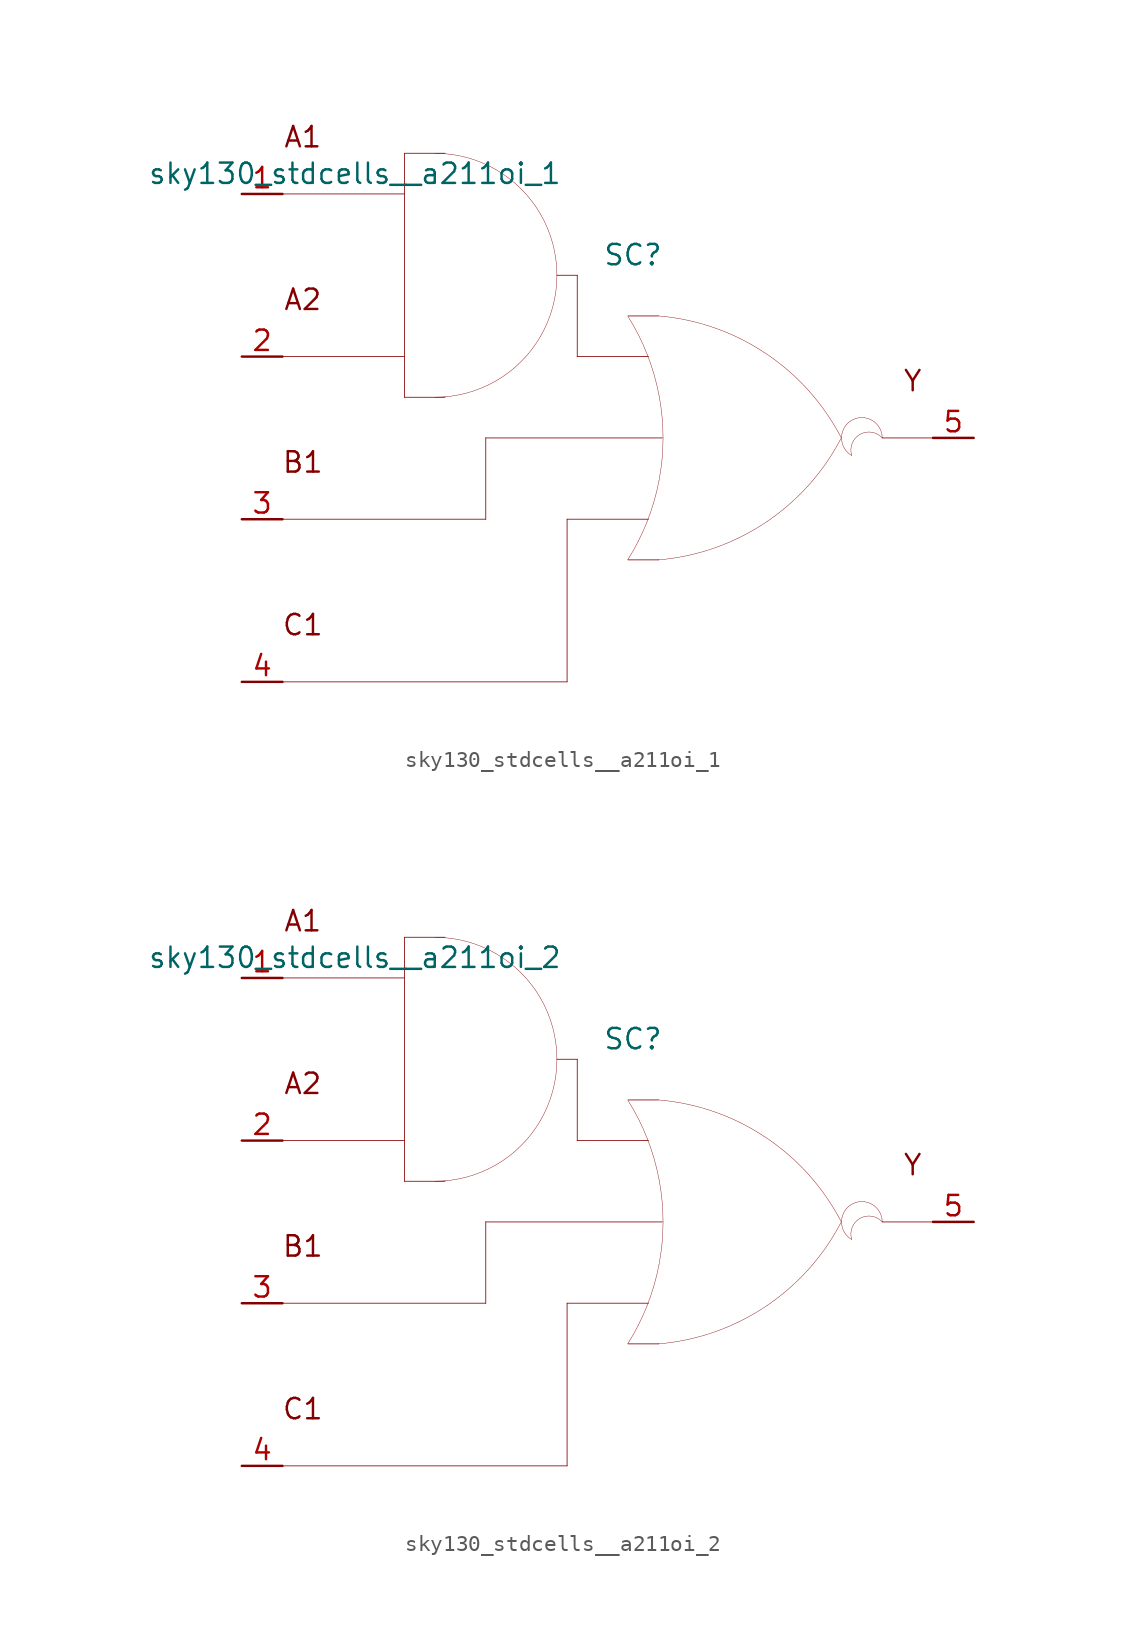
<source format=kicad_sym>
(kicad_symbol_lib
  (version 20211014)
  (generator kicad_symbol_editor)
  (symbol "sky130_stdcells__a211oi_1"
    (pin_names hide)
    (property "Reference" "SC"
      (at 1.575 11.43 0)
      (effects (font (size 1.27 1.27))))
    (property "Value" "sky130_stdcells__a211oi_1"
      (at -2.845 16.51 0)
      (effects (font (size 1.27 1.27)) (justify right)))
    (symbol "sky130_stdcells__a211oi_1_0_0"
      (arc (start -10.795 2.54) (mid -8.8228 2.7996) (end -6.985 3.5609) (stroke (width 0.0254) (type default) (color 0 0 0 0)) (fill (type none)))
      (arc (start -6.985 3.5609) (mid -5.4069 4.7719) (end -4.1959 6.35) (stroke (width 0.0254) (type default) (color 0 0 0 0)) (fill (type none)))
      (arc (start -6.985 16.7591) (mid -8.8228 17.5203) (end -10.795 17.78) (stroke (width 0.0254) (type default) (color 0 0 0 0)) (fill (type none)))
      (arc (start -4.1959 6.35) (mid -3.4347 8.1878) (end -3.175 10.16) (stroke (width 0.0254) (type default) (color 0 0 0 0)) (fill (type none)))
      (arc (start -4.1959 13.97) (mid -5.4069 15.5481) (end -6.985 16.7591) (stroke (width 0.0254) (type default) (color 0 0 0 0)) (fill (type none)))
      (arc (start -3.175 10.16) (mid -3.4346 12.1322) (end -4.1959 13.97) (stroke (width 0.0254) (type default) (color 0 0 0 0)) (fill (type none)))
      (polyline (pts (xy -20.32 -15.24) (xy -2.54 -15.24)) (stroke (width 0.051) (type default) (color 0 0 0 0)) (fill (type none)))
      (polyline (pts (xy -20.32 -5.08) (xy -7.62 -5.08)) (stroke (width 0.051) (type default) (color 0 0 0 0)) (fill (type none)))
      (polyline (pts (xy -20.32 5.08) (xy -12.7 5.08)) (stroke (width 0.051) (type default) (color 0 0 0 0)) (fill (type none)))
      (polyline (pts (xy -20.32 15.24) (xy -12.7 15.24)) (stroke (width 0.051) (type default) (color 0 0 0 0)) (fill (type none)))
      (polyline (pts (xy -12.7 2.54) (xy -10.16 2.54)) (stroke (width 0.051) (type default) (color 0 0 0 0)) (fill (type none)))
      (polyline (pts (xy -12.7 17.78) (xy -12.7 2.54)) (stroke (width 0.051) (type default) (color 0 0 0 0)) (fill (type none)))
      (polyline (pts (xy -12.7 17.78) (xy -10.16 17.78)) (stroke (width 0.051) (type default) (color 0 0 0 0)) (fill (type none)))
      (polyline (pts (xy -7.62 0) (xy -7.62 -5.08)) (stroke (width 0.051) (type default) (color 0 0 0 0)) (fill (type none)))
      (polyline (pts (xy -7.62 0) (xy 3.404 0)) (stroke (width 0.051) (type default) (color 0 0 0 0)) (fill (type none)))
      (polyline (pts (xy -3.175 10.16) (xy -1.905 10.16)) (stroke (width 0.051) (type default) (color 0 0 0 0)) (fill (type none)))
      (polyline (pts (xy -2.54 -5.08) (xy -2.54 -15.24)) (stroke (width 0.051) (type default) (color 0 0 0 0)) (fill (type none)))
      (polyline (pts (xy -2.54 -5.08) (xy 2.54 -5.08)) (stroke (width 0.051) (type default) (color 0 0 0 0)) (fill (type none)))
      (polyline (pts (xy -1.905 5.08) (xy 2.54 5.08)) (stroke (width 0.051) (type default) (color 0 0 0 0)) (fill (type none)))
      (polyline (pts (xy -1.905 10.16) (xy -1.905 5.08)) (stroke (width 0.051) (type default) (color 0 0 0 0)) (fill (type none)))
      (polyline (pts (xy 1.27 -7.62) (xy 3.175 -7.62)) (stroke (width 0.051) (type default) (color 0 0 0 0)) (fill (type none)))
      (polyline (pts (xy 1.27 7.62) (xy 3.175 7.62)) (stroke (width 0.051) (type default) (color 0 0 0 0)) (fill (type none)))
      (polyline (pts (xy 17.145 0) (xy 20.32 0)) (stroke (width 0.051) (type default) (color 0 0 0 0)) (fill (type none)))
      (arc (start 1.2495 -7.6142) (mid 1.907 -6.458) (end 2.4538 -5.2456) (stroke (width 0.0254) (type default) (color 0 0 0 0)) (fill (type none)))
      (arc (start 2.4538 -5.2456) (mid 2.8887 -3.9755) (end 3.202 -2.6701) (stroke (width 0.0254) (type default) (color 0 0 0 0)) (fill (type none)))
      (arc (start 2.472 5.1993) (mid 1.9238 6.4248) (end 1.2627 7.5932) (stroke (width 0.0254) (type default) (color 0 0 0 0)) (fill (type none)))
      (arc (start 3.1446 -7.6231) (mid 9.8386 -5.2986) (end 14.5755 -0.0284) (stroke (width 0.0254) (type default) (color 0 0 0 0)) (fill (type none)))
      (arc (start 3.202 -2.6701) (mid 3.3912 -1.341) (end 3.4544 0) (stroke (width 0.0254) (type default) (color 0 0 0 0)) (fill (type none)))
      (arc (start 3.2066 2.6456) (mid 2.8989 3.9396) (end 2.472 5.1993) (stroke (width 0.0254) (type default) (color 0 0 0 0)) (fill (type none)))
      (arc (start 3.4544 0) (mid 3.3923 1.3286) (end 3.2066 2.6456) (stroke (width 0.0254) (type default) (color 0 0 0 0)) (fill (type none)))
      (arc (start 14.5983 -0.0156) (mid 9.8798 5.271) (end 3.194 7.6189) (stroke (width 0.0254) (type default) (color 0 0 0 0)) (fill (type none)))
      (arc (start 15.24 1.0999) (mid 14.605 0) (end 15.24 -1.0999) (stroke (width 0.0254) (type default) (color 0 0 0 0)) (fill (type none)))
      (arc (start 17.145 0) (mid 15.2881 0.4743) (end 15.24 -1.0999) (stroke (width 0.0254) (type default) (color 0 0 0 0)) (fill (type none)))
      (arc (start 17.145 0) (mid 16.51 1.0998) (end 15.24 1.0999) (stroke (width 0.0254) (type default) (color 0 0 0 0)) (fill (type none)))
      (text "A1" (at -19.05 18.796 0) (effects (font (size 1.27 1.27))))
      (text "A2" (at -19.05 8.636 0) (effects (font (size 1.27 1.27))))
      (text "B1" (at -19.05 -1.524 0) (effects (font (size 1.27 1.27))))
      (text "C1" (at -19.05 -11.684 0) (effects (font (size 1.27 1.27))))
      (text "Y" (at 19.05 3.556 0) (effects (font (size 1.27 1.27)))))
    (symbol "sky130_stdcells__a211oi_1_1_1"
      (pin input line (at -22.86 15.24 0) (length 2.54) (name "A1" (effects (font (size 1.092 1.092)))) (number "1" (effects (font (size 1.27 1.27)))))
      (pin input line (at -22.86 5.08 0) (length 2.54) (name "A2" (effects (font (size 1.092 1.092)))) (number "2" (effects (font (size 1.27 1.27)))))
      (pin input line (at -22.86 -5.08 0) (length 2.54) (name "B1" (effects (font (size 1.092 1.092)))) (number "3" (effects (font (size 1.27 1.27)))))
      (pin input line (at -22.86 -15.24 0) (length 2.54) (name "C1" (effects (font (size 1.092 1.092)))) (number "4" (effects (font (size 1.27 1.27)))))
      (pin output line (at 22.86 0 180) (length 2.54) (name "Y" (effects (font (size 1.092 1.092)))) (number "5" (effects (font (size 1.27 1.27)))))))
  (symbol "sky130_stdcells__a211oi_2"
    (pin_names hide)
    (property "Reference" "SC"
      (at 1.575 11.43 0)
      (effects (font (size 1.27 1.27))))
    (property "Value" "sky130_stdcells__a211oi_2"
      (at -2.845 16.51 0)
      (effects (font (size 1.27 1.27)) (justify right)))
    (symbol "sky130_stdcells__a211oi_2_0_0"
      (arc (start -10.795 2.54) (mid -8.8228 2.7996) (end -6.985 3.5609) (stroke (width 0.0254) (type default) (color 0 0 0 0)) (fill (type none)))
      (arc (start -6.985 3.5609) (mid -5.4069 4.7719) (end -4.1959 6.35) (stroke (width 0.0254) (type default) (color 0 0 0 0)) (fill (type none)))
      (arc (start -6.985 16.7591) (mid -8.8228 17.5203) (end -10.795 17.78) (stroke (width 0.0254) (type default) (color 0 0 0 0)) (fill (type none)))
      (arc (start -4.1959 6.35) (mid -3.4347 8.1878) (end -3.175 10.16) (stroke (width 0.0254) (type default) (color 0 0 0 0)) (fill (type none)))
      (arc (start -4.1959 13.97) (mid -5.4069 15.5481) (end -6.985 16.7591) (stroke (width 0.0254) (type default) (color 0 0 0 0)) (fill (type none)))
      (arc (start -3.175 10.16) (mid -3.4346 12.1322) (end -4.1959 13.97) (stroke (width 0.0254) (type default) (color 0 0 0 0)) (fill (type none)))
      (polyline (pts (xy -20.32 -15.24) (xy -2.54 -15.24)) (stroke (width 0.051) (type default) (color 0 0 0 0)) (fill (type none)))
      (polyline (pts (xy -20.32 -5.08) (xy -7.62 -5.08)) (stroke (width 0.051) (type default) (color 0 0 0 0)) (fill (type none)))
      (polyline (pts (xy -20.32 5.08) (xy -12.7 5.08)) (stroke (width 0.051) (type default) (color 0 0 0 0)) (fill (type none)))
      (polyline (pts (xy -20.32 15.24) (xy -12.7 15.24)) (stroke (width 0.051) (type default) (color 0 0 0 0)) (fill (type none)))
      (polyline (pts (xy -12.7 2.54) (xy -10.16 2.54)) (stroke (width 0.051) (type default) (color 0 0 0 0)) (fill (type none)))
      (polyline (pts (xy -12.7 17.78) (xy -12.7 2.54)) (stroke (width 0.051) (type default) (color 0 0 0 0)) (fill (type none)))
      (polyline (pts (xy -12.7 17.78) (xy -10.16 17.78)) (stroke (width 0.051) (type default) (color 0 0 0 0)) (fill (type none)))
      (polyline (pts (xy -7.62 0) (xy -7.62 -5.08)) (stroke (width 0.051) (type default) (color 0 0 0 0)) (fill (type none)))
      (polyline (pts (xy -7.62 0) (xy 3.404 0)) (stroke (width 0.051) (type default) (color 0 0 0 0)) (fill (type none)))
      (polyline (pts (xy -3.175 10.16) (xy -1.905 10.16)) (stroke (width 0.051) (type default) (color 0 0 0 0)) (fill (type none)))
      (polyline (pts (xy -2.54 -5.08) (xy -2.54 -15.24)) (stroke (width 0.051) (type default) (color 0 0 0 0)) (fill (type none)))
      (polyline (pts (xy -2.54 -5.08) (xy 2.54 -5.08)) (stroke (width 0.051) (type default) (color 0 0 0 0)) (fill (type none)))
      (polyline (pts (xy -1.905 5.08) (xy 2.54 5.08)) (stroke (width 0.051) (type default) (color 0 0 0 0)) (fill (type none)))
      (polyline (pts (xy -1.905 10.16) (xy -1.905 5.08)) (stroke (width 0.051) (type default) (color 0 0 0 0)) (fill (type none)))
      (polyline (pts (xy 1.27 -7.62) (xy 3.175 -7.62)) (stroke (width 0.051) (type default) (color 0 0 0 0)) (fill (type none)))
      (polyline (pts (xy 1.27 7.62) (xy 3.175 7.62)) (stroke (width 0.051) (type default) (color 0 0 0 0)) (fill (type none)))
      (polyline (pts (xy 17.145 0) (xy 20.32 0)) (stroke (width 0.051) (type default) (color 0 0 0 0)) (fill (type none)))
      (arc (start 1.2495 -7.6142) (mid 1.907 -6.458) (end 2.4538 -5.2456) (stroke (width 0.0254) (type default) (color 0 0 0 0)) (fill (type none)))
      (arc (start 2.4538 -5.2456) (mid 2.8887 -3.9755) (end 3.202 -2.6701) (stroke (width 0.0254) (type default) (color 0 0 0 0)) (fill (type none)))
      (arc (start 2.472 5.1993) (mid 1.9238 6.4248) (end 1.2627 7.5932) (stroke (width 0.0254) (type default) (color 0 0 0 0)) (fill (type none)))
      (arc (start 3.1446 -7.6231) (mid 9.8386 -5.2986) (end 14.5755 -0.0284) (stroke (width 0.0254) (type default) (color 0 0 0 0)) (fill (type none)))
      (arc (start 3.202 -2.6701) (mid 3.3912 -1.341) (end 3.4544 0) (stroke (width 0.0254) (type default) (color 0 0 0 0)) (fill (type none)))
      (arc (start 3.2066 2.6456) (mid 2.8989 3.9396) (end 2.472 5.1993) (stroke (width 0.0254) (type default) (color 0 0 0 0)) (fill (type none)))
      (arc (start 3.4544 0) (mid 3.3923 1.3286) (end 3.2066 2.6456) (stroke (width 0.0254) (type default) (color 0 0 0 0)) (fill (type none)))
      (arc (start 14.5983 -0.0156) (mid 9.8798 5.271) (end 3.194 7.6189) (stroke (width 0.0254) (type default) (color 0 0 0 0)) (fill (type none)))
      (arc (start 15.24 1.0999) (mid 14.605 0) (end 15.24 -1.0999) (stroke (width 0.0254) (type default) (color 0 0 0 0)) (fill (type none)))
      (arc (start 17.145 0) (mid 15.2881 0.4743) (end 15.24 -1.0999) (stroke (width 0.0254) (type default) (color 0 0 0 0)) (fill (type none)))
      (arc (start 17.145 0) (mid 16.51 1.0998) (end 15.24 1.0999) (stroke (width 0.0254) (type default) (color 0 0 0 0)) (fill (type none)))
      (text "A1" (at -19.05 18.796 0) (effects (font (size 1.27 1.27))))
      (text "A2" (at -19.05 8.636 0) (effects (font (size 1.27 1.27))))
      (text "B1" (at -19.05 -1.524 0) (effects (font (size 1.27 1.27))))
      (text "C1" (at -19.05 -11.684 0) (effects (font (size 1.27 1.27))))
      (text "Y" (at 19.05 3.556 0) (effects (font (size 1.27 1.27)))))
    (symbol "sky130_stdcells__a211oi_2_1_1"
      (pin input line (at -22.86 15.24 0) (length 2.54) (name "A1" (effects (font (size 1.092 1.092)))) (number "1" (effects (font (size 1.27 1.27)))))
      (pin input line (at -22.86 5.08 0) (length 2.54) (name "A2" (effects (font (size 1.092 1.092)))) (number "2" (effects (font (size 1.27 1.27)))))
      (pin input line (at -22.86 -5.08 0) (length 2.54) (name "B1" (effects (font (size 1.092 1.092)))) (number "3" (effects (font (size 1.27 1.27)))))
      (pin input line (at -22.86 -15.24 0) (length 2.54) (name "C1" (effects (font (size 1.092 1.092)))) (number "4" (effects (font (size 1.27 1.27)))))
      (pin output line (at 22.86 0 180) (length 2.54) (name "Y" (effects (font (size 1.092 1.092)))) (number "5" (effects (font (size 1.27 1.27))))))))
</source>
